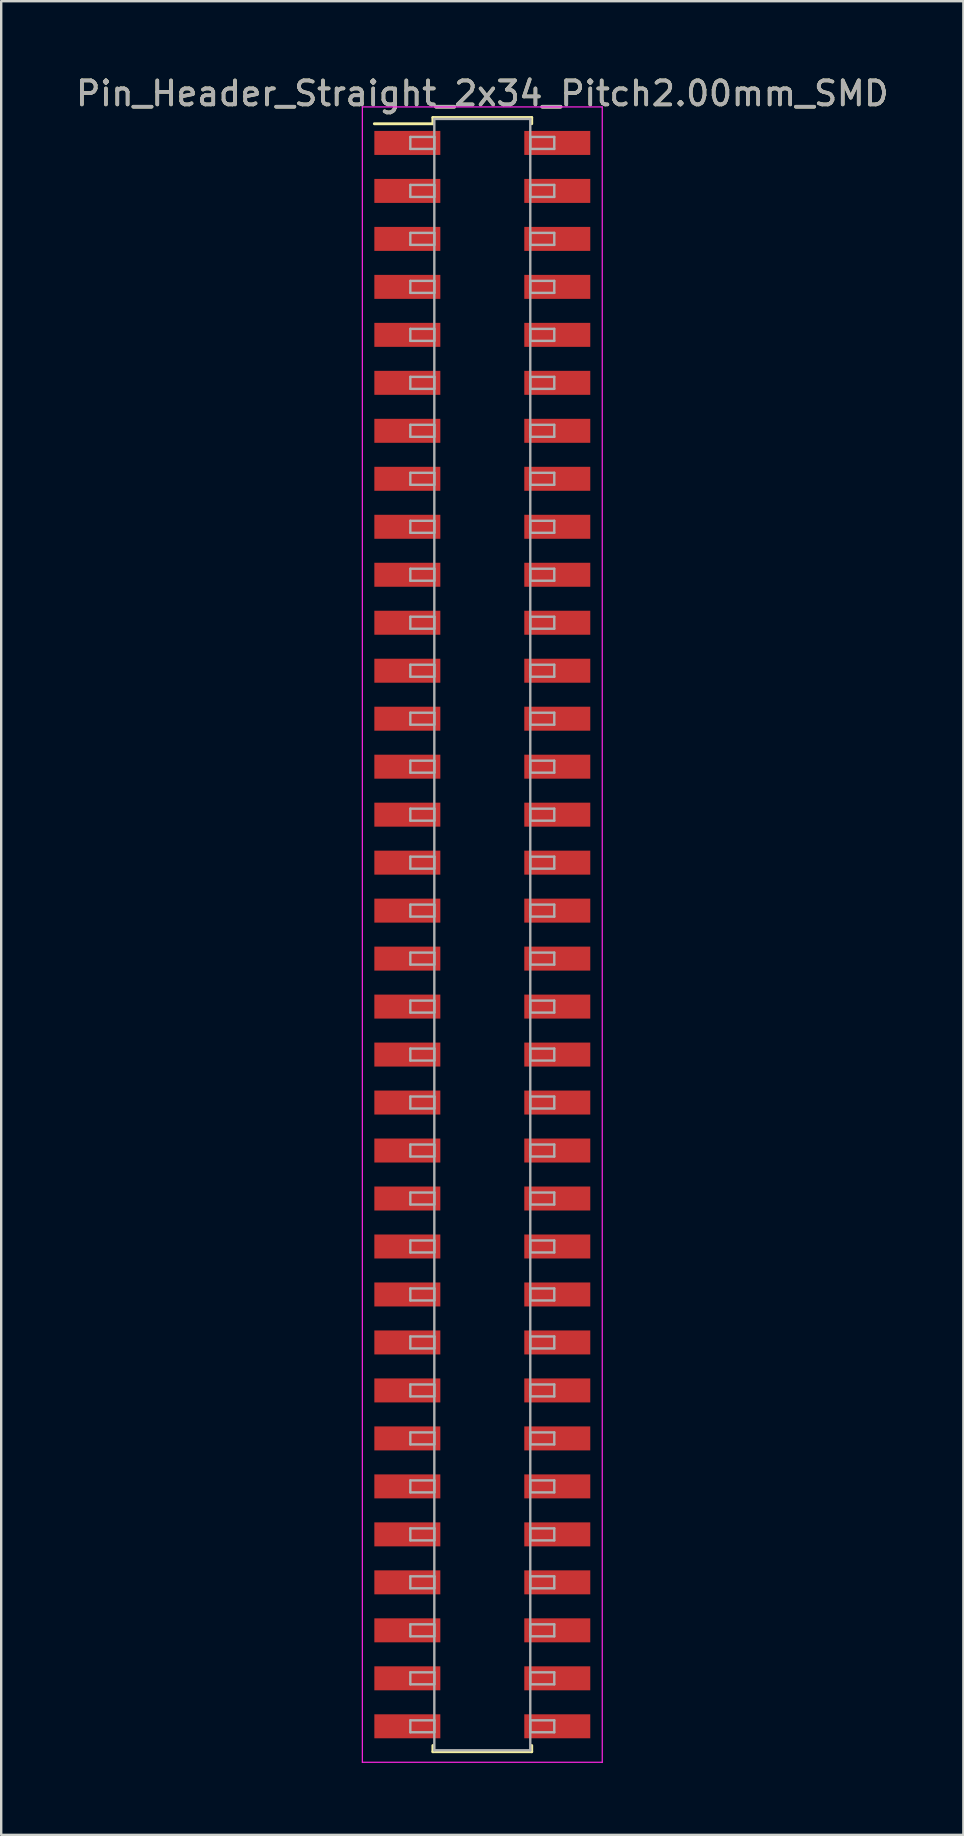
<source format=kicad_pcb>
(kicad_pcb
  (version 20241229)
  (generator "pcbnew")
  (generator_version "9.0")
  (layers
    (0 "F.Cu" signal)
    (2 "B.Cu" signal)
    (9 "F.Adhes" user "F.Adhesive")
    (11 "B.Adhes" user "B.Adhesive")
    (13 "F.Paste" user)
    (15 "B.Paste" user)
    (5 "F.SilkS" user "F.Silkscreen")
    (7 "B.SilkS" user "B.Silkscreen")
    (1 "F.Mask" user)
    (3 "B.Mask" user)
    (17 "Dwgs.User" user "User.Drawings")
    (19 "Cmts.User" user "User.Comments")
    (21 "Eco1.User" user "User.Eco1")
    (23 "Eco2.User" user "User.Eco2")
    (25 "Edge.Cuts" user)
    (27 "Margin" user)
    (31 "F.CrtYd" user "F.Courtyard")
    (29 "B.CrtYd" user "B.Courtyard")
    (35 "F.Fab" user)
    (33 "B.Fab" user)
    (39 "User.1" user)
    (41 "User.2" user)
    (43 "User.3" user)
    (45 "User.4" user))
  (footprint "Pin_Header_Straight_2x34_Pitch2.00mm_SMD"
    (layer "F.Cu")
    (at 17.054 35.908)
    (property "Reference" "Pin_Header_Straight_2x34_Pitch2.00mm_SMD" (at 0 -35.06 0) (layer "F.SilkS") (effects (font (size 1 1) (thickness 0.15))))
    (attr smd)
    (fp_line (start -4.5 -33.8) (end -2.06 -33.8) (stroke (width 0.12) (type solid)) (layer "F.SilkS"))
    (fp_line (start -2.06 -34.06) (end 2.06 -34.06) (stroke (width 0.12) (type solid)) (layer "F.SilkS"))
    (fp_line (start -2.06 -33.8) (end -2.06 -34.06) (stroke (width 0.12) (type solid)) (layer "F.SilkS"))
    (fp_line (start -2.06 33.8) (end -2.06 34.06) (stroke (width 0.12) (type solid)) (layer "F.SilkS"))
    (fp_line (start -2.06 34.06) (end 2.06 34.06) (stroke (width 0.12) (type solid)) (layer "F.SilkS"))
    (fp_line (start 2.06 -34.06) (end 2.06 -33.8) (stroke (width 0.12) (type solid)) (layer "F.SilkS"))
    (fp_line (start 2.06 34.06) (end 2.06 33.8) (stroke (width 0.12) (type solid)) (layer "F.SilkS"))
    (fp_line (start -5 -34.5) (end -5 34.5) (stroke (width 0.05) (type solid)) (layer "F.CrtYd"))
    (fp_line (start -5 34.5) (end 5 34.5) (stroke (width 0.05) (type solid)) (layer "F.CrtYd"))
    (fp_line (start 5 -34.5) (end -5 -34.5) (stroke (width 0.05) (type solid)) (layer "F.CrtYd"))
    (fp_line (start 5 34.5) (end 5 -34.5) (stroke (width 0.05) (type solid)) (layer "F.CrtYd"))
    (fp_line (start -3 -33.25) (end -2 -33.25) (stroke (width 0.1) (type solid)) (layer "F.Fab"))
    (fp_line (start -3 -32.75) (end -3 -33.25) (stroke (width 0.1) (type solid)) (layer "F.Fab"))
    (fp_line (start -3 -31.25) (end -2 -31.25) (stroke (width 0.1) (type solid)) (layer "F.Fab"))
    (fp_line (start -3 -30.75) (end -3 -31.25) (stroke (width 0.1) (type solid)) (layer "F.Fab"))
    (fp_line (start -3 -29.25) (end -2 -29.25) (stroke (width 0.1) (type solid)) (layer "F.Fab"))
    (fp_line (start -3 -28.75) (end -3 -29.25) (stroke (width 0.1) (type solid)) (layer "F.Fab"))
    (fp_line (start -3 -27.25) (end -2 -27.25) (stroke (width 0.1) (type solid)) (layer "F.Fab"))
    (fp_line (start -3 -26.75) (end -3 -27.25) (stroke (width 0.1) (type solid)) (layer "F.Fab"))
    (fp_line (start -3 -25.25) (end -2 -25.25) (stroke (width 0.1) (type solid)) (layer "F.Fab"))
    (fp_line (start -3 -24.75) (end -3 -25.25) (stroke (width 0.1) (type solid)) (layer "F.Fab"))
    (fp_line (start -3 -23.25) (end -2 -23.25) (stroke (width 0.1) (type solid)) (layer "F.Fab"))
    (fp_line (start -3 -22.75) (end -3 -23.25) (stroke (width 0.1) (type solid)) (layer "F.Fab"))
    (fp_line (start -3 -21.25) (end -2 -21.25) (stroke (width 0.1) (type solid)) (layer "F.Fab"))
    (fp_line (start -3 -20.75) (end -3 -21.25) (stroke (width 0.1) (type solid)) (layer "F.Fab"))
    (fp_line (start -3 -19.25) (end -2 -19.25) (stroke (width 0.1) (type solid)) (layer "F.Fab"))
    (fp_line (start -3 -18.75) (end -3 -19.25) (stroke (width 0.1) (type solid)) (layer "F.Fab"))
    (fp_line (start -3 -17.25) (end -2 -17.25) (stroke (width 0.1) (type solid)) (layer "F.Fab"))
    (fp_line (start -3 -16.75) (end -3 -17.25) (stroke (width 0.1) (type solid)) (layer "F.Fab"))
    (fp_line (start -3 -15.25) (end -2 -15.25) (stroke (width 0.1) (type solid)) (layer "F.Fab"))
    (fp_line (start -3 -14.75) (end -3 -15.25) (stroke (width 0.1) (type solid)) (layer "F.Fab"))
    (fp_line (start -3 -13.25) (end -2 -13.25) (stroke (width 0.1) (type solid)) (layer "F.Fab"))
    (fp_line (start -3 -12.75) (end -3 -13.25) (stroke (width 0.1) (type solid)) (layer "F.Fab"))
    (fp_line (start -3 -11.25) (end -2 -11.25) (stroke (width 0.1) (type solid)) (layer "F.Fab"))
    (fp_line (start -3 -10.75) (end -3 -11.25) (stroke (width 0.1) (type solid)) (layer "F.Fab"))
    (fp_line (start -3 -9.25) (end -2 -9.25) (stroke (width 0.1) (type solid)) (layer "F.Fab"))
    (fp_line (start -3 -8.75) (end -3 -9.25) (stroke (width 0.1) (type solid)) (layer "F.Fab"))
    (fp_line (start -3 -7.25) (end -2 -7.25) (stroke (width 0.1) (type solid)) (layer "F.Fab"))
    (fp_line (start -3 -6.75) (end -3 -7.25) (stroke (width 0.1) (type solid)) (layer "F.Fab"))
    (fp_line (start -3 -5.25) (end -2 -5.25) (stroke (width 0.1) (type solid)) (layer "F.Fab"))
    (fp_line (start -3 -4.75) (end -3 -5.25) (stroke (width 0.1) (type solid)) (layer "F.Fab"))
    (fp_line (start -3 -3.25) (end -2 -3.25) (stroke (width 0.1) (type solid)) (layer "F.Fab"))
    (fp_line (start -3 -2.75) (end -3 -3.25) (stroke (width 0.1) (type solid)) (layer "F.Fab"))
    (fp_line (start -3 -1.25) (end -2 -1.25) (stroke (width 0.1) (type solid)) (layer "F.Fab"))
    (fp_line (start -3 -0.75) (end -3 -1.25) (stroke (width 0.1) (type solid)) (layer "F.Fab"))
    (fp_line (start -3 0.75) (end -2 0.75) (stroke (width 0.1) (type solid)) (layer "F.Fab"))
    (fp_line (start -3 1.25) (end -3 0.75) (stroke (width 0.1) (type solid)) (layer "F.Fab"))
    (fp_line (start -3 2.75) (end -2 2.75) (stroke (width 0.1) (type solid)) (layer "F.Fab"))
    (fp_line (start -3 3.25) (end -3 2.75) (stroke (width 0.1) (type solid)) (layer "F.Fab"))
    (fp_line (start -3 4.75) (end -2 4.75) (stroke (width 0.1) (type solid)) (layer "F.Fab"))
    (fp_line (start -3 5.25) (end -3 4.75) (stroke (width 0.1) (type solid)) (layer "F.Fab"))
    (fp_line (start -3 6.75) (end -2 6.75) (stroke (width 0.1) (type solid)) (layer "F.Fab"))
    (fp_line (start -3 7.25) (end -3 6.75) (stroke (width 0.1) (type solid)) (layer "F.Fab"))
    (fp_line (start -3 8.75) (end -2 8.75) (stroke (width 0.1) (type solid)) (layer "F.Fab"))
    (fp_line (start -3 9.25) (end -3 8.75) (stroke (width 0.1) (type solid)) (layer "F.Fab"))
    (fp_line (start -3 10.75) (end -2 10.75) (stroke (width 0.1) (type solid)) (layer "F.Fab"))
    (fp_line (start -3 11.25) (end -3 10.75) (stroke (width 0.1) (type solid)) (layer "F.Fab"))
    (fp_line (start -3 12.75) (end -2 12.75) (stroke (width 0.1) (type solid)) (layer "F.Fab"))
    (fp_line (start -3 13.25) (end -3 12.75) (stroke (width 0.1) (type solid)) (layer "F.Fab"))
    (fp_line (start -3 14.75) (end -2 14.75) (stroke (width 0.1) (type solid)) (layer "F.Fab"))
    (fp_line (start -3 15.25) (end -3 14.75) (stroke (width 0.1) (type solid)) (layer "F.Fab"))
    (fp_line (start -3 16.75) (end -2 16.75) (stroke (width 0.1) (type solid)) (layer "F.Fab"))
    (fp_line (start -3 17.25) (end -3 16.75) (stroke (width 0.1) (type solid)) (layer "F.Fab"))
    (fp_line (start -3 18.75) (end -2 18.75) (stroke (width 0.1) (type solid)) (layer "F.Fab"))
    (fp_line (start -3 19.25) (end -3 18.75) (stroke (width 0.1) (type solid)) (layer "F.Fab"))
    (fp_line (start -3 20.75) (end -2 20.75) (stroke (width 0.1) (type solid)) (layer "F.Fab"))
    (fp_line (start -3 21.25) (end -3 20.75) (stroke (width 0.1) (type solid)) (layer "F.Fab"))
    (fp_line (start -3 22.75) (end -2 22.75) (stroke (width 0.1) (type solid)) (layer "F.Fab"))
    (fp_line (start -3 23.25) (end -3 22.75) (stroke (width 0.1) (type solid)) (layer "F.Fab"))
    (fp_line (start -3 24.75) (end -2 24.75) (stroke (width 0.1) (type solid)) (layer "F.Fab"))
    (fp_line (start -3 25.25) (end -3 24.75) (stroke (width 0.1) (type solid)) (layer "F.Fab"))
    (fp_line (start -3 26.75) (end -2 26.75) (stroke (width 0.1) (type solid)) (layer "F.Fab"))
    (fp_line (start -3 27.25) (end -3 26.75) (stroke (width 0.1) (type solid)) (layer "F.Fab"))
    (fp_line (start -3 28.75) (end -2 28.75) (stroke (width 0.1) (type solid)) (layer "F.Fab"))
    (fp_line (start -3 29.25) (end -3 28.75) (stroke (width 0.1) (type solid)) (layer "F.Fab"))
    (fp_line (start -3 30.75) (end -2 30.75) (stroke (width 0.1) (type solid)) (layer "F.Fab"))
    (fp_line (start -3 31.25) (end -3 30.75) (stroke (width 0.1) (type solid)) (layer "F.Fab"))
    (fp_line (start -3 32.75) (end -2 32.75) (stroke (width 0.1) (type solid)) (layer "F.Fab"))
    (fp_line (start -3 33.25) (end -3 32.75) (stroke (width 0.1) (type solid)) (layer "F.Fab"))
    (fp_line (start -2 -34) (end -2 34) (stroke (width 0.1) (type solid)) (layer "F.Fab"))
    (fp_line (start -2 -33.25) (end -2 -32.75) (stroke (width 0.1) (type solid)) (layer "F.Fab"))
    (fp_line (start -2 -32.75) (end -3 -32.75) (stroke (width 0.1) (type solid)) (layer "F.Fab"))
    (fp_line (start -2 -31.25) (end -2 -30.75) (stroke (width 0.1) (type solid)) (layer "F.Fab"))
    (fp_line (start -2 -30.75) (end -3 -30.75) (stroke (width 0.1) (type solid)) (layer "F.Fab"))
    (fp_line (start -2 -29.25) (end -2 -28.75) (stroke (width 0.1) (type solid)) (layer "F.Fab"))
    (fp_line (start -2 -28.75) (end -3 -28.75) (stroke (width 0.1) (type solid)) (layer "F.Fab"))
    (fp_line (start -2 -27.25) (end -2 -26.75) (stroke (width 0.1) (type solid)) (layer "F.Fab"))
    (fp_line (start -2 -26.75) (end -3 -26.75) (stroke (width 0.1) (type solid)) (layer "F.Fab"))
    (fp_line (start -2 -25.25) (end -2 -24.75) (stroke (width 0.1) (type solid)) (layer "F.Fab"))
    (fp_line (start -2 -24.75) (end -3 -24.75) (stroke (width 0.1) (type solid)) (layer "F.Fab"))
    (fp_line (start -2 -23.25) (end -2 -22.75) (stroke (width 0.1) (type solid)) (layer "F.Fab"))
    (fp_line (start -2 -22.75) (end -3 -22.75) (stroke (width 0.1) (type solid)) (layer "F.Fab"))
    (fp_line (start -2 -21.25) (end -2 -20.75) (stroke (width 0.1) (type solid)) (layer "F.Fab"))
    (fp_line (start -2 -20.75) (end -3 -20.75) (stroke (width 0.1) (type solid)) (layer "F.Fab"))
    (fp_line (start -2 -19.25) (end -2 -18.75) (stroke (width 0.1) (type solid)) (layer "F.Fab"))
    (fp_line (start -2 -18.75) (end -3 -18.75) (stroke (width 0.1) (type solid)) (layer "F.Fab"))
    (fp_line (start -2 -17.25) (end -2 -16.75) (stroke (width 0.1) (type solid)) (layer "F.Fab"))
    (fp_line (start -2 -16.75) (end -3 -16.75) (stroke (width 0.1) (type solid)) (layer "F.Fab"))
    (fp_line (start -2 -15.25) (end -2 -14.75) (stroke (width 0.1) (type solid)) (layer "F.Fab"))
    (fp_line (start -2 -14.75) (end -3 -14.75) (stroke (width 0.1) (type solid)) (layer "F.Fab"))
    (fp_line (start -2 -13.25) (end -2 -12.75) (stroke (width 0.1) (type solid)) (layer "F.Fab"))
    (fp_line (start -2 -12.75) (end -3 -12.75) (stroke (width 0.1) (type solid)) (layer "F.Fab"))
    (fp_line (start -2 -11.25) (end -2 -10.75) (stroke (width 0.1) (type solid)) (layer "F.Fab"))
    (fp_line (start -2 -10.75) (end -3 -10.75) (stroke (width 0.1) (type solid)) (layer "F.Fab"))
    (fp_line (start -2 -9.25) (end -2 -8.75) (stroke (width 0.1) (type solid)) (layer "F.Fab"))
    (fp_line (start -2 -8.75) (end -3 -8.75) (stroke (width 0.1) (type solid)) (layer "F.Fab"))
    (fp_line (start -2 -7.25) (end -2 -6.75) (stroke (width 0.1) (type solid)) (layer "F.Fab"))
    (fp_line (start -2 -6.75) (end -3 -6.75) (stroke (width 0.1) (type solid)) (layer "F.Fab"))
    (fp_line (start -2 -5.25) (end -2 -4.75) (stroke (width 0.1) (type solid)) (layer "F.Fab"))
    (fp_line (start -2 -4.75) (end -3 -4.75) (stroke (width 0.1) (type solid)) (layer "F.Fab"))
    (fp_line (start -2 -3.25) (end -2 -2.75) (stroke (width 0.1) (type solid)) (layer "F.Fab"))
    (fp_line (start -2 -2.75) (end -3 -2.75) (stroke (width 0.1) (type solid)) (layer "F.Fab"))
    (fp_line (start -2 -1.25) (end -2 -0.75) (stroke (width 0.1) (type solid)) (layer "F.Fab"))
    (fp_line (start -2 -0.75) (end -3 -0.75) (stroke (width 0.1) (type solid)) (layer "F.Fab"))
    (fp_line (start -2 0.75) (end -2 1.25) (stroke (width 0.1) (type solid)) (layer "F.Fab"))
    (fp_line (start -2 1.25) (end -3 1.25) (stroke (width 0.1) (type solid)) (layer "F.Fab"))
    (fp_line (start -2 2.75) (end -2 3.25) (stroke (width 0.1) (type solid)) (layer "F.Fab"))
    (fp_line (start -2 3.25) (end -3 3.25) (stroke (width 0.1) (type solid)) (layer "F.Fab"))
    (fp_line (start -2 4.75) (end -2 5.25) (stroke (width 0.1) (type solid)) (layer "F.Fab"))
    (fp_line (start -2 5.25) (end -3 5.25) (stroke (width 0.1) (type solid)) (layer "F.Fab"))
    (fp_line (start -2 6.75) (end -2 7.25) (stroke (width 0.1) (type solid)) (layer "F.Fab"))
    (fp_line (start -2 7.25) (end -3 7.25) (stroke (width 0.1) (type solid)) (layer "F.Fab"))
    (fp_line (start -2 8.75) (end -2 9.25) (stroke (width 0.1) (type solid)) (layer "F.Fab"))
    (fp_line (start -2 9.25) (end -3 9.25) (stroke (width 0.1) (type solid)) (layer "F.Fab"))
    (fp_line (start -2 10.75) (end -2 11.25) (stroke (width 0.1) (type solid)) (layer "F.Fab"))
    (fp_line (start -2 11.25) (end -3 11.25) (stroke (width 0.1) (type solid)) (layer "F.Fab"))
    (fp_line (start -2 12.75) (end -2 13.25) (stroke (width 0.1) (type solid)) (layer "F.Fab"))
    (fp_line (start -2 13.25) (end -3 13.25) (stroke (width 0.1) (type solid)) (layer "F.Fab"))
    (fp_line (start -2 14.75) (end -2 15.25) (stroke (width 0.1) (type solid)) (layer "F.Fab"))
    (fp_line (start -2 15.25) (end -3 15.25) (stroke (width 0.1) (type solid)) (layer "F.Fab"))
    (fp_line (start -2 16.75) (end -2 17.25) (stroke (width 0.1) (type solid)) (layer "F.Fab"))
    (fp_line (start -2 17.25) (end -3 17.25) (stroke (width 0.1) (type solid)) (layer "F.Fab"))
    (fp_line (start -2 18.75) (end -2 19.25) (stroke (width 0.1) (type solid)) (layer "F.Fab"))
    (fp_line (start -2 19.25) (end -3 19.25) (stroke (width 0.1) (type solid)) (layer "F.Fab"))
    (fp_line (start -2 20.75) (end -2 21.25) (stroke (width 0.1) (type solid)) (layer "F.Fab"))
    (fp_line (start -2 21.25) (end -3 21.25) (stroke (width 0.1) (type solid)) (layer "F.Fab"))
    (fp_line (start -2 22.75) (end -2 23.25) (stroke (width 0.1) (type solid)) (layer "F.Fab"))
    (fp_line (start -2 23.25) (end -3 23.25) (stroke (width 0.1) (type solid)) (layer "F.Fab"))
    (fp_line (start -2 24.75) (end -2 25.25) (stroke (width 0.1) (type solid)) (layer "F.Fab"))
    (fp_line (start -2 25.25) (end -3 25.25) (stroke (width 0.1) (type solid)) (layer "F.Fab"))
    (fp_line (start -2 26.75) (end -2 27.25) (stroke (width 0.1) (type solid)) (layer "F.Fab"))
    (fp_line (start -2 27.25) (end -3 27.25) (stroke (width 0.1) (type solid)) (layer "F.Fab"))
    (fp_line (start -2 28.75) (end -2 29.25) (stroke (width 0.1) (type solid)) (layer "F.Fab"))
    (fp_line (start -2 29.25) (end -3 29.25) (stroke (width 0.1) (type solid)) (layer "F.Fab"))
    (fp_line (start -2 30.75) (end -2 31.25) (stroke (width 0.1) (type solid)) (layer "F.Fab"))
    (fp_line (start -2 31.25) (end -3 31.25) (stroke (width 0.1) (type solid)) (layer "F.Fab"))
    (fp_line (start -2 32.75) (end -2 33.25) (stroke (width 0.1) (type solid)) (layer "F.Fab"))
    (fp_line (start -2 33.25) (end -3 33.25) (stroke (width 0.1) (type solid)) (layer "F.Fab"))
    (fp_line (start -2 34) (end 2 34) (stroke (width 0.1) (type solid)) (layer "F.Fab"))
    (fp_line (start 2 -34) (end -2 -34) (stroke (width 0.1) (type solid)) (layer "F.Fab"))
    (fp_line (start 2 -33.25) (end 2 -32.75) (stroke (width 0.1) (type solid)) (layer "F.Fab"))
    (fp_line (start 2 -32.75) (end 3 -32.75) (stroke (width 0.1) (type solid)) (layer "F.Fab"))
    (fp_line (start 2 -31.25) (end 2 -30.75) (stroke (width 0.1) (type solid)) (layer "F.Fab"))
    (fp_line (start 2 -30.75) (end 3 -30.75) (stroke (width 0.1) (type solid)) (layer "F.Fab"))
    (fp_line (start 2 -29.25) (end 2 -28.75) (stroke (width 0.1) (type solid)) (layer "F.Fab"))
    (fp_line (start 2 -28.75) (end 3 -28.75) (stroke (width 0.1) (type solid)) (layer "F.Fab"))
    (fp_line (start 2 -27.25) (end 2 -26.75) (stroke (width 0.1) (type solid)) (layer "F.Fab"))
    (fp_line (start 2 -26.75) (end 3 -26.75) (stroke (width 0.1) (type solid)) (layer "F.Fab"))
    (fp_line (start 2 -25.25) (end 2 -24.75) (stroke (width 0.1) (type solid)) (layer "F.Fab"))
    (fp_line (start 2 -24.75) (end 3 -24.75) (stroke (width 0.1) (type solid)) (layer "F.Fab"))
    (fp_line (start 2 -23.25) (end 2 -22.75) (stroke (width 0.1) (type solid)) (layer "F.Fab"))
    (fp_line (start 2 -22.75) (end 3 -22.75) (stroke (width 0.1) (type solid)) (layer "F.Fab"))
    (fp_line (start 2 -21.25) (end 2 -20.75) (stroke (width 0.1) (type solid)) (layer "F.Fab"))
    (fp_line (start 2 -20.75) (end 3 -20.75) (stroke (width 0.1) (type solid)) (layer "F.Fab"))
    (fp_line (start 2 -19.25) (end 2 -18.75) (stroke (width 0.1) (type solid)) (layer "F.Fab"))
    (fp_line (start 2 -18.75) (end 3 -18.75) (stroke (width 0.1) (type solid)) (layer "F.Fab"))
    (fp_line (start 2 -17.25) (end 2 -16.75) (stroke (width 0.1) (type solid)) (layer "F.Fab"))
    (fp_line (start 2 -16.75) (end 3 -16.75) (stroke (width 0.1) (type solid)) (layer "F.Fab"))
    (fp_line (start 2 -15.25) (end 2 -14.75) (stroke (width 0.1) (type solid)) (layer "F.Fab"))
    (fp_line (start 2 -14.75) (end 3 -14.75) (stroke (width 0.1) (type solid)) (layer "F.Fab"))
    (fp_line (start 2 -13.25) (end 2 -12.75) (stroke (width 0.1) (type solid)) (layer "F.Fab"))
    (fp_line (start 2 -12.75) (end 3 -12.75) (stroke (width 0.1) (type solid)) (layer "F.Fab"))
    (fp_line (start 2 -11.25) (end 2 -10.75) (stroke (width 0.1) (type solid)) (layer "F.Fab"))
    (fp_line (start 2 -10.75) (end 3 -10.75) (stroke (width 0.1) (type solid)) (layer "F.Fab"))
    (fp_line (start 2 -9.25) (end 2 -8.75) (stroke (width 0.1) (type solid)) (layer "F.Fab"))
    (fp_line (start 2 -8.75) (end 3 -8.75) (stroke (width 0.1) (type solid)) (layer "F.Fab"))
    (fp_line (start 2 -7.25) (end 2 -6.75) (stroke (width 0.1) (type solid)) (layer "F.Fab"))
    (fp_line (start 2 -6.75) (end 3 -6.75) (stroke (width 0.1) (type solid)) (layer "F.Fab"))
    (fp_line (start 2 -5.25) (end 2 -4.75) (stroke (width 0.1) (type solid)) (layer "F.Fab"))
    (fp_line (start 2 -4.75) (end 3 -4.75) (stroke (width 0.1) (type solid)) (layer "F.Fab"))
    (fp_line (start 2 -3.25) (end 2 -2.75) (stroke (width 0.1) (type solid)) (layer "F.Fab"))
    (fp_line (start 2 -2.75) (end 3 -2.75) (stroke (width 0.1) (type solid)) (layer "F.Fab"))
    (fp_line (start 2 -1.25) (end 2 -0.75) (stroke (width 0.1) (type solid)) (layer "F.Fab"))
    (fp_line (start 2 -0.75) (end 3 -0.75) (stroke (width 0.1) (type solid)) (layer "F.Fab"))
    (fp_line (start 2 0.75) (end 2 1.25) (stroke (width 0.1) (type solid)) (layer "F.Fab"))
    (fp_line (start 2 1.25) (end 3 1.25) (stroke (width 0.1) (type solid)) (layer "F.Fab"))
    (fp_line (start 2 2.75) (end 2 3.25) (stroke (width 0.1) (type solid)) (layer "F.Fab"))
    (fp_line (start 2 3.25) (end 3 3.25) (stroke (width 0.1) (type solid)) (layer "F.Fab"))
    (fp_line (start 2 4.75) (end 2 5.25) (stroke (width 0.1) (type solid)) (layer "F.Fab"))
    (fp_line (start 2 5.25) (end 3 5.25) (stroke (width 0.1) (type solid)) (layer "F.Fab"))
    (fp_line (start 2 6.75) (end 2 7.25) (stroke (width 0.1) (type solid)) (layer "F.Fab"))
    (fp_line (start 2 7.25) (end 3 7.25) (stroke (width 0.1) (type solid)) (layer "F.Fab"))
    (fp_line (start 2 8.75) (end 2 9.25) (stroke (width 0.1) (type solid)) (layer "F.Fab"))
    (fp_line (start 2 9.25) (end 3 9.25) (stroke (width 0.1) (type solid)) (layer "F.Fab"))
    (fp_line (start 2 10.75) (end 2 11.25) (stroke (width 0.1) (type solid)) (layer "F.Fab"))
    (fp_line (start 2 11.25) (end 3 11.25) (stroke (width 0.1) (type solid)) (layer "F.Fab"))
    (fp_line (start 2 12.75) (end 2 13.25) (stroke (width 0.1) (type solid)) (layer "F.Fab"))
    (fp_line (start 2 13.25) (end 3 13.25) (stroke (width 0.1) (type solid)) (layer "F.Fab"))
    (fp_line (start 2 14.75) (end 2 15.25) (stroke (width 0.1) (type solid)) (layer "F.Fab"))
    (fp_line (start 2 15.25) (end 3 15.25) (stroke (width 0.1) (type solid)) (layer "F.Fab"))
    (fp_line (start 2 16.75) (end 2 17.25) (stroke (width 0.1) (type solid)) (layer "F.Fab"))
    (fp_line (start 2 17.25) (end 3 17.25) (stroke (width 0.1) (type solid)) (layer "F.Fab"))
    (fp_line (start 2 18.75) (end 2 19.25) (stroke (width 0.1) (type solid)) (layer "F.Fab"))
    (fp_line (start 2 19.25) (end 3 19.25) (stroke (width 0.1) (type solid)) (layer "F.Fab"))
    (fp_line (start 2 20.75) (end 2 21.25) (stroke (width 0.1) (type solid)) (layer "F.Fab"))
    (fp_line (start 2 21.25) (end 3 21.25) (stroke (width 0.1) (type solid)) (layer "F.Fab"))
    (fp_line (start 2 22.75) (end 2 23.25) (stroke (width 0.1) (type solid)) (layer "F.Fab"))
    (fp_line (start 2 23.25) (end 3 23.25) (stroke (width 0.1) (type solid)) (layer "F.Fab"))
    (fp_line (start 2 24.75) (end 2 25.25) (stroke (width 0.1) (type solid)) (layer "F.Fab"))
    (fp_line (start 2 25.25) (end 3 25.25) (stroke (width 0.1) (type solid)) (layer "F.Fab"))
    (fp_line (start 2 26.75) (end 2 27.25) (stroke (width 0.1) (type solid)) (layer "F.Fab"))
    (fp_line (start 2 27.25) (end 3 27.25) (stroke (width 0.1) (type solid)) (layer "F.Fab"))
    (fp_line (start 2 28.75) (end 2 29.25) (stroke (width 0.1) (type solid)) (layer "F.Fab"))
    (fp_line (start 2 29.25) (end 3 29.25) (stroke (width 0.1) (type solid)) (layer "F.Fab"))
    (fp_line (start 2 30.75) (end 2 31.25) (stroke (width 0.1) (type solid)) (layer "F.Fab"))
    (fp_line (start 2 31.25) (end 3 31.25) (stroke (width 0.1) (type solid)) (layer "F.Fab"))
    (fp_line (start 2 32.75) (end 2 33.25) (stroke (width 0.1) (type solid)) (layer "F.Fab"))
    (fp_line (start 2 33.25) (end 3 33.25) (stroke (width 0.1) (type solid)) (layer "F.Fab"))
    (fp_line (start 2 34) (end 2 -34) (stroke (width 0.1) (type solid)) (layer "F.Fab"))
    (fp_line (start 3 -33.25) (end 2 -33.25) (stroke (width 0.1) (type solid)) (layer "F.Fab"))
    (fp_line (start 3 -32.75) (end 3 -33.25) (stroke (width 0.1) (type solid)) (layer "F.Fab"))
    (fp_line (start 3 -31.25) (end 2 -31.25) (stroke (width 0.1) (type solid)) (layer "F.Fab"))
    (fp_line (start 3 -30.75) (end 3 -31.25) (stroke (width 0.1) (type solid)) (layer "F.Fab"))
    (fp_line (start 3 -29.25) (end 2 -29.25) (stroke (width 0.1) (type solid)) (layer "F.Fab"))
    (fp_line (start 3 -28.75) (end 3 -29.25) (stroke (width 0.1) (type solid)) (layer "F.Fab"))
    (fp_line (start 3 -27.25) (end 2 -27.25) (stroke (width 0.1) (type solid)) (layer "F.Fab"))
    (fp_line (start 3 -26.75) (end 3 -27.25) (stroke (width 0.1) (type solid)) (layer "F.Fab"))
    (fp_line (start 3 -25.25) (end 2 -25.25) (stroke (width 0.1) (type solid)) (layer "F.Fab"))
    (fp_line (start 3 -24.75) (end 3 -25.25) (stroke (width 0.1) (type solid)) (layer "F.Fab"))
    (fp_line (start 3 -23.25) (end 2 -23.25) (stroke (width 0.1) (type solid)) (layer "F.Fab"))
    (fp_line (start 3 -22.75) (end 3 -23.25) (stroke (width 0.1) (type solid)) (layer "F.Fab"))
    (fp_line (start 3 -21.25) (end 2 -21.25) (stroke (width 0.1) (type solid)) (layer "F.Fab"))
    (fp_line (start 3 -20.75) (end 3 -21.25) (stroke (width 0.1) (type solid)) (layer "F.Fab"))
    (fp_line (start 3 -19.25) (end 2 -19.25) (stroke (width 0.1) (type solid)) (layer "F.Fab"))
    (fp_line (start 3 -18.75) (end 3 -19.25) (stroke (width 0.1) (type solid)) (layer "F.Fab"))
    (fp_line (start 3 -17.25) (end 2 -17.25) (stroke (width 0.1) (type solid)) (layer "F.Fab"))
    (fp_line (start 3 -16.75) (end 3 -17.25) (stroke (width 0.1) (type solid)) (layer "F.Fab"))
    (fp_line (start 3 -15.25) (end 2 -15.25) (stroke (width 0.1) (type solid)) (layer "F.Fab"))
    (fp_line (start 3 -14.75) (end 3 -15.25) (stroke (width 0.1) (type solid)) (layer "F.Fab"))
    (fp_line (start 3 -13.25) (end 2 -13.25) (stroke (width 0.1) (type solid)) (layer "F.Fab"))
    (fp_line (start 3 -12.75) (end 3 -13.25) (stroke (width 0.1) (type solid)) (layer "F.Fab"))
    (fp_line (start 3 -11.25) (end 2 -11.25) (stroke (width 0.1) (type solid)) (layer "F.Fab"))
    (fp_line (start 3 -10.75) (end 3 -11.25) (stroke (width 0.1) (type solid)) (layer "F.Fab"))
    (fp_line (start 3 -9.25) (end 2 -9.25) (stroke (width 0.1) (type solid)) (layer "F.Fab"))
    (fp_line (start 3 -8.75) (end 3 -9.25) (stroke (width 0.1) (type solid)) (layer "F.Fab"))
    (fp_line (start 3 -7.25) (end 2 -7.25) (stroke (width 0.1) (type solid)) (layer "F.Fab"))
    (fp_line (start 3 -6.75) (end 3 -7.25) (stroke (width 0.1) (type solid)) (layer "F.Fab"))
    (fp_line (start 3 -5.25) (end 2 -5.25) (stroke (width 0.1) (type solid)) (layer "F.Fab"))
    (fp_line (start 3 -4.75) (end 3 -5.25) (stroke (width 0.1) (type solid)) (layer "F.Fab"))
    (fp_line (start 3 -3.25) (end 2 -3.25) (stroke (width 0.1) (type solid)) (layer "F.Fab"))
    (fp_line (start 3 -2.75) (end 3 -3.25) (stroke (width 0.1) (type solid)) (layer "F.Fab"))
    (fp_line (start 3 -1.25) (end 2 -1.25) (stroke (width 0.1) (type solid)) (layer "F.Fab"))
    (fp_line (start 3 -0.75) (end 3 -1.25) (stroke (width 0.1) (type solid)) (layer "F.Fab"))
    (fp_line (start 3 0.75) (end 2 0.75) (stroke (width 0.1) (type solid)) (layer "F.Fab"))
    (fp_line (start 3 1.25) (end 3 0.75) (stroke (width 0.1) (type solid)) (layer "F.Fab"))
    (fp_line (start 3 2.75) (end 2 2.75) (stroke (width 0.1) (type solid)) (layer "F.Fab"))
    (fp_line (start 3 3.25) (end 3 2.75) (stroke (width 0.1) (type solid)) (layer "F.Fab"))
    (fp_line (start 3 4.75) (end 2 4.75) (stroke (width 0.1) (type solid)) (layer "F.Fab"))
    (fp_line (start 3 5.25) (end 3 4.75) (stroke (width 0.1) (type solid)) (layer "F.Fab"))
    (fp_line (start 3 6.75) (end 2 6.75) (stroke (width 0.1) (type solid)) (layer "F.Fab"))
    (fp_line (start 3 7.25) (end 3 6.75) (stroke (width 0.1) (type solid)) (layer "F.Fab"))
    (fp_line (start 3 8.75) (end 2 8.75) (stroke (width 0.1) (type solid)) (layer "F.Fab"))
    (fp_line (start 3 9.25) (end 3 8.75) (stroke (width 0.1) (type solid)) (layer "F.Fab"))
    (fp_line (start 3 10.75) (end 2 10.75) (stroke (width 0.1) (type solid)) (layer "F.Fab"))
    (fp_line (start 3 11.25) (end 3 10.75) (stroke (width 0.1) (type solid)) (layer "F.Fab"))
    (fp_line (start 3 12.75) (end 2 12.75) (stroke (width 0.1) (type solid)) (layer "F.Fab"))
    (fp_line (start 3 13.25) (end 3 12.75) (stroke (width 0.1) (type solid)) (layer "F.Fab"))
    (fp_line (start 3 14.75) (end 2 14.75) (stroke (width 0.1) (type solid)) (layer "F.Fab"))
    (fp_line (start 3 15.25) (end 3 14.75) (stroke (width 0.1) (type solid)) (layer "F.Fab"))
    (fp_line (start 3 16.75) (end 2 16.75) (stroke (width 0.1) (type solid)) (layer "F.Fab"))
    (fp_line (start 3 17.25) (end 3 16.75) (stroke (width 0.1) (type solid)) (layer "F.Fab"))
    (fp_line (start 3 18.75) (end 2 18.75) (stroke (width 0.1) (type solid)) (layer "F.Fab"))
    (fp_line (start 3 19.25) (end 3 18.75) (stroke (width 0.1) (type solid)) (layer "F.Fab"))
    (fp_line (start 3 20.75) (end 2 20.75) (stroke (width 0.1) (type solid)) (layer "F.Fab"))
    (fp_line (start 3 21.25) (end 3 20.75) (stroke (width 0.1) (type solid)) (layer "F.Fab"))
    (fp_line (start 3 22.75) (end 2 22.75) (stroke (width 0.1) (type solid)) (layer "F.Fab"))
    (fp_line (start 3 23.25) (end 3 22.75) (stroke (width 0.1) (type solid)) (layer "F.Fab"))
    (fp_line (start 3 24.75) (end 2 24.75) (stroke (width 0.1) (type solid)) (layer "F.Fab"))
    (fp_line (start 3 25.25) (end 3 24.75) (stroke (width 0.1) (type solid)) (layer "F.Fab"))
    (fp_line (start 3 26.75) (end 2 26.75) (stroke (width 0.1) (type solid)) (layer "F.Fab"))
    (fp_line (start 3 27.25) (end 3 26.75) (stroke (width 0.1) (type solid)) (layer "F.Fab"))
    (fp_line (start 3 28.75) (end 2 28.75) (stroke (width 0.1) (type solid)) (layer "F.Fab"))
    (fp_line (start 3 29.25) (end 3 28.75) (stroke (width 0.1) (type solid)) (layer "F.Fab"))
    (fp_line (start 3 30.75) (end 2 30.75) (stroke (width 0.1) (type solid)) (layer "F.Fab"))
    (fp_line (start 3 31.25) (end 3 30.75) (stroke (width 0.1) (type solid)) (layer "F.Fab"))
    (fp_line (start 3 32.75) (end 2 32.75) (stroke (width 0.1) (type solid)) (layer "F.Fab"))
    (fp_line (start 3 33.25) (end 3 32.75) (stroke (width 0.1) (type solid)) (layer "F.Fab"))
    (fp_text user "${REFERENCE}" (at 0 -35.06 0) (layer "F.Fab") (effects (font (size 1 1) (thickness 0.15))))
    (pad "1" smd rect (at -3.125 -33) (size 2.75 1) (layers "F.Cu" "F.Mask" "F.Paste"))
    (pad "2" smd rect (at 3.125 -33) (size 2.75 1) (layers "F.Cu" "F.Mask" "F.Paste"))
    (pad "3" smd rect (at -3.125 -31) (size 2.75 1) (layers "F.Cu" "F.Mask" "F.Paste"))
    (pad "4" smd rect (at 3.125 -31) (size 2.75 1) (layers "F.Cu" "F.Mask" "F.Paste"))
    (pad "5" smd rect (at -3.125 -29) (size 2.75 1) (layers "F.Cu" "F.Mask" "F.Paste"))
    (pad "6" smd rect (at 3.125 -29) (size 2.75 1) (layers "F.Cu" "F.Mask" "F.Paste"))
    (pad "7" smd rect (at -3.125 -27) (size 2.75 1) (layers "F.Cu" "F.Mask" "F.Paste"))
    (pad "8" smd rect (at 3.125 -27) (size 2.75 1) (layers "F.Cu" "F.Mask" "F.Paste"))
    (pad "9" smd rect (at -3.125 -25) (size 2.75 1) (layers "F.Cu" "F.Mask" "F.Paste"))
    (pad "10" smd rect (at 3.125 -25) (size 2.75 1) (layers "F.Cu" "F.Mask" "F.Paste"))
    (pad "11" smd rect (at -3.125 -23) (size 2.75 1) (layers "F.Cu" "F.Mask" "F.Paste"))
    (pad "12" smd rect (at 3.125 -23) (size 2.75 1) (layers "F.Cu" "F.Mask" "F.Paste"))
    (pad "13" smd rect (at -3.125 -21) (size 2.75 1) (layers "F.Cu" "F.Mask" "F.Paste"))
    (pad "14" smd rect (at 3.125 -21) (size 2.75 1) (layers "F.Cu" "F.Mask" "F.Paste"))
    (pad "15" smd rect (at -3.125 -19) (size 2.75 1) (layers "F.Cu" "F.Mask" "F.Paste"))
    (pad "16" smd rect (at 3.125 -19) (size 2.75 1) (layers "F.Cu" "F.Mask" "F.Paste"))
    (pad "17" smd rect (at -3.125 -17) (size 2.75 1) (layers "F.Cu" "F.Mask" "F.Paste"))
    (pad "18" smd rect (at 3.125 -17) (size 2.75 1) (layers "F.Cu" "F.Mask" "F.Paste"))
    (pad "19" smd rect (at -3.125 -15) (size 2.75 1) (layers "F.Cu" "F.Mask" "F.Paste"))
    (pad "20" smd rect (at 3.125 -15) (size 2.75 1) (layers "F.Cu" "F.Mask" "F.Paste"))
    (pad "21" smd rect (at -3.125 -13) (size 2.75 1) (layers "F.Cu" "F.Mask" "F.Paste"))
    (pad "22" smd rect (at 3.125 -13) (size 2.75 1) (layers "F.Cu" "F.Mask" "F.Paste"))
    (pad "23" smd rect (at -3.125 -11) (size 2.75 1) (layers "F.Cu" "F.Mask" "F.Paste"))
    (pad "24" smd rect (at 3.125 -11) (size 2.75 1) (layers "F.Cu" "F.Mask" "F.Paste"))
    (pad "25" smd rect (at -3.125 -9) (size 2.75 1) (layers "F.Cu" "F.Mask" "F.Paste"))
    (pad "26" smd rect (at 3.125 -9) (size 2.75 1) (layers "F.Cu" "F.Mask" "F.Paste"))
    (pad "27" smd rect (at -3.125 -7) (size 2.75 1) (layers "F.Cu" "F.Mask" "F.Paste"))
    (pad "28" smd rect (at 3.125 -7) (size 2.75 1) (layers "F.Cu" "F.Mask" "F.Paste"))
    (pad "29" smd rect (at -3.125 -5) (size 2.75 1) (layers "F.Cu" "F.Mask" "F.Paste"))
    (pad "30" smd rect (at 3.125 -5) (size 2.75 1) (layers "F.Cu" "F.Mask" "F.Paste"))
    (pad "31" smd rect (at -3.125 -3) (size 2.75 1) (layers "F.Cu" "F.Mask" "F.Paste"))
    (pad "32" smd rect (at 3.125 -3) (size 2.75 1) (layers "F.Cu" "F.Mask" "F.Paste"))
    (pad "33" smd rect (at -3.125 -1) (size 2.75 1) (layers "F.Cu" "F.Mask" "F.Paste"))
    (pad "34" smd rect (at 3.125 -1) (size 2.75 1) (layers "F.Cu" "F.Mask" "F.Paste"))
    (pad "35" smd rect (at -3.125 1) (size 2.75 1) (layers "F.Cu" "F.Mask" "F.Paste"))
    (pad "36" smd rect (at 3.125 1) (size 2.75 1) (layers "F.Cu" "F.Mask" "F.Paste"))
    (pad "37" smd rect (at -3.125 3) (size 2.75 1) (layers "F.Cu" "F.Mask" "F.Paste"))
    (pad "38" smd rect (at 3.125 3) (size 2.75 1) (layers "F.Cu" "F.Mask" "F.Paste"))
    (pad "39" smd rect (at -3.125 5) (size 2.75 1) (layers "F.Cu" "F.Mask" "F.Paste"))
    (pad "40" smd rect (at 3.125 5) (size 2.75 1) (layers "F.Cu" "F.Mask" "F.Paste"))
    (pad "41" smd rect (at -3.125 7) (size 2.75 1) (layers "F.Cu" "F.Mask" "F.Paste"))
    (pad "42" smd rect (at 3.125 7) (size 2.75 1) (layers "F.Cu" "F.Mask" "F.Paste"))
    (pad "43" smd rect (at -3.125 9) (size 2.75 1) (layers "F.Cu" "F.Mask" "F.Paste"))
    (pad "44" smd rect (at 3.125 9) (size 2.75 1) (layers "F.Cu" "F.Mask" "F.Paste"))
    (pad "45" smd rect (at -3.125 11) (size 2.75 1) (layers "F.Cu" "F.Mask" "F.Paste"))
    (pad "46" smd rect (at 3.125 11) (size 2.75 1) (layers "F.Cu" "F.Mask" "F.Paste"))
    (pad "47" smd rect (at -3.125 13) (size 2.75 1) (layers "F.Cu" "F.Mask" "F.Paste"))
    (pad "48" smd rect (at 3.125 13) (size 2.75 1) (layers "F.Cu" "F.Mask" "F.Paste"))
    (pad "49" smd rect (at -3.125 15) (size 2.75 1) (layers "F.Cu" "F.Mask" "F.Paste"))
    (pad "50" smd rect (at 3.125 15) (size 2.75 1) (layers "F.Cu" "F.Mask" "F.Paste"))
    (pad "51" smd rect (at -3.125 17) (size 2.75 1) (layers "F.Cu" "F.Mask" "F.Paste"))
    (pad "52" smd rect (at 3.125 17) (size 2.75 1) (layers "F.Cu" "F.Mask" "F.Paste"))
    (pad "53" smd rect (at -3.125 19) (size 2.75 1) (layers "F.Cu" "F.Mask" "F.Paste"))
    (pad "54" smd rect (at 3.125 19) (size 2.75 1) (layers "F.Cu" "F.Mask" "F.Paste"))
    (pad "55" smd rect (at -3.125 21) (size 2.75 1) (layers "F.Cu" "F.Mask" "F.Paste"))
    (pad "56" smd rect (at 3.125 21) (size 2.75 1) (layers "F.Cu" "F.Mask" "F.Paste"))
    (pad "57" smd rect (at -3.125 23) (size 2.75 1) (layers "F.Cu" "F.Mask" "F.Paste"))
    (pad "58" smd rect (at 3.125 23) (size 2.75 1) (layers "F.Cu" "F.Mask" "F.Paste"))
    (pad "59" smd rect (at -3.125 25) (size 2.75 1) (layers "F.Cu" "F.Mask" "F.Paste"))
    (pad "60" smd rect (at 3.125 25) (size 2.75 1) (layers "F.Cu" "F.Mask" "F.Paste"))
    (pad "61" smd rect (at -3.125 27) (size 2.75 1) (layers "F.Cu" "F.Mask" "F.Paste"))
    (pad "62" smd rect (at 3.125 27) (size 2.75 1) (layers "F.Cu" "F.Mask" "F.Paste"))
    (pad "63" smd rect (at -3.125 29) (size 2.75 1) (layers "F.Cu" "F.Mask" "F.Paste"))
    (pad "64" smd rect (at 3.125 29) (size 2.75 1) (layers "F.Cu" "F.Mask" "F.Paste"))
    (pad "65" smd rect (at -3.125 31) (size 2.75 1) (layers "F.Cu" "F.Mask" "F.Paste"))
    (pad "66" smd rect (at 3.125 31) (size 2.75 1) (layers "F.Cu" "F.Mask" "F.Paste"))
    (pad "67" smd rect (at -3.125 33) (size 2.75 1) (layers "F.Cu" "F.Mask" "F.Paste"))
    (pad "68" smd rect (at 3.125 33) (size 2.75 1) (layers "F.Cu" "F.Mask" "F.Paste")))
  (gr_rect
    (start -3 -3)
    (end 37.107 73.433)
    (stroke (width 0.1) (type default))
    (fill no)
    (layer "Edge.Cuts")))
</source>
